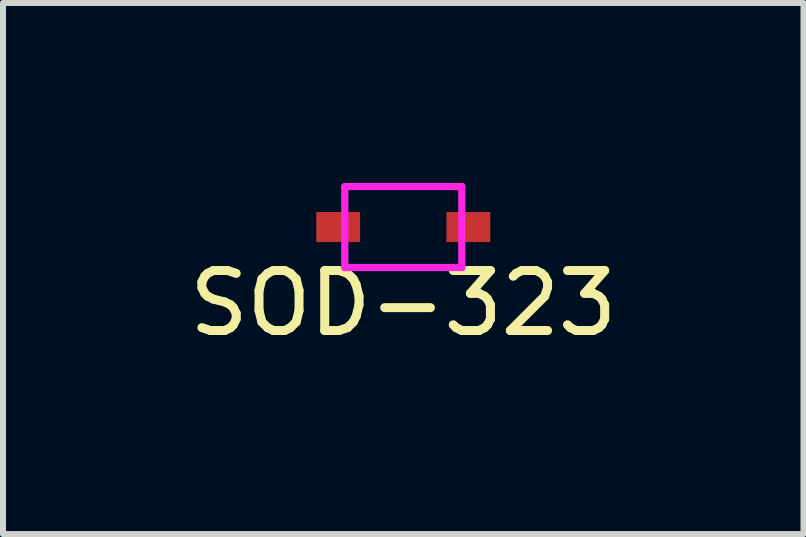
<source format=kicad_pcb>
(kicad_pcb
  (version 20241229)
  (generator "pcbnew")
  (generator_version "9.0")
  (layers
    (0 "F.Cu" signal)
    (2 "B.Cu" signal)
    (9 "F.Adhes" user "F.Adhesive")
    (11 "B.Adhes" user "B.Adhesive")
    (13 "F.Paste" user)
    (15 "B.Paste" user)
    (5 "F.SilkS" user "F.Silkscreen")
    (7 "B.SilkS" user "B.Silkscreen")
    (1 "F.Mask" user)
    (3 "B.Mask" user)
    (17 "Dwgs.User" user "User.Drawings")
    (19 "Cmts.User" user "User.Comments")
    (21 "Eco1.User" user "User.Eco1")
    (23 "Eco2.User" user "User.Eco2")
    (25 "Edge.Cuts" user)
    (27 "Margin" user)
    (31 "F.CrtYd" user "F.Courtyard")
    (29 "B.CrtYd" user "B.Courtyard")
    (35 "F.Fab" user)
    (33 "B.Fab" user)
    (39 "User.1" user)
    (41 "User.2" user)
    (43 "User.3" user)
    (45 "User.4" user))
  (footprint "SOD-323"
    (layer "F.Cu")
    (at 3.673 0.735)
    (property "Reference" "SOD-323" (at 0 1.27 0) (layer "F.SilkS") (effects (font (size 1 1) (thickness 0.15))))
    (attr through_hole)
    (fp_line (start -0.975 -0.675) (end 0.975 -0.675) (stroke (width 0.12) (type solid)) (layer "F.CrtYd"))
    (fp_line (start -0.975 0.675) (end -0.975 -0.675) (stroke (width 0.12) (type solid)) (layer "F.CrtYd"))
    (fp_line (start -0.975 0.675) (end 0.975 0.675) (stroke (width 0.12) (type solid)) (layer "F.CrtYd"))
    (fp_line (start 0.975 0.675) (end 0.975 -0.675) (stroke (width 0.12) (type solid)) (layer "F.CrtYd"))
    (pad "1" smd rect (at -1.085 0) (size 0.73 0.5) (layers "F.Cu" "F.Mask" "F.Paste"))
    (pad "2" smd rect (at 1.085 0) (size 0.73 0.5) (layers "F.Cu" "F.Mask" "F.Paste")))
  (gr_rect
    (start -3 -3)
    (end 10.345 5.853)
    (stroke (width 0.1) (type default))
    (fill no)
    (layer "Edge.Cuts")))
</source>
